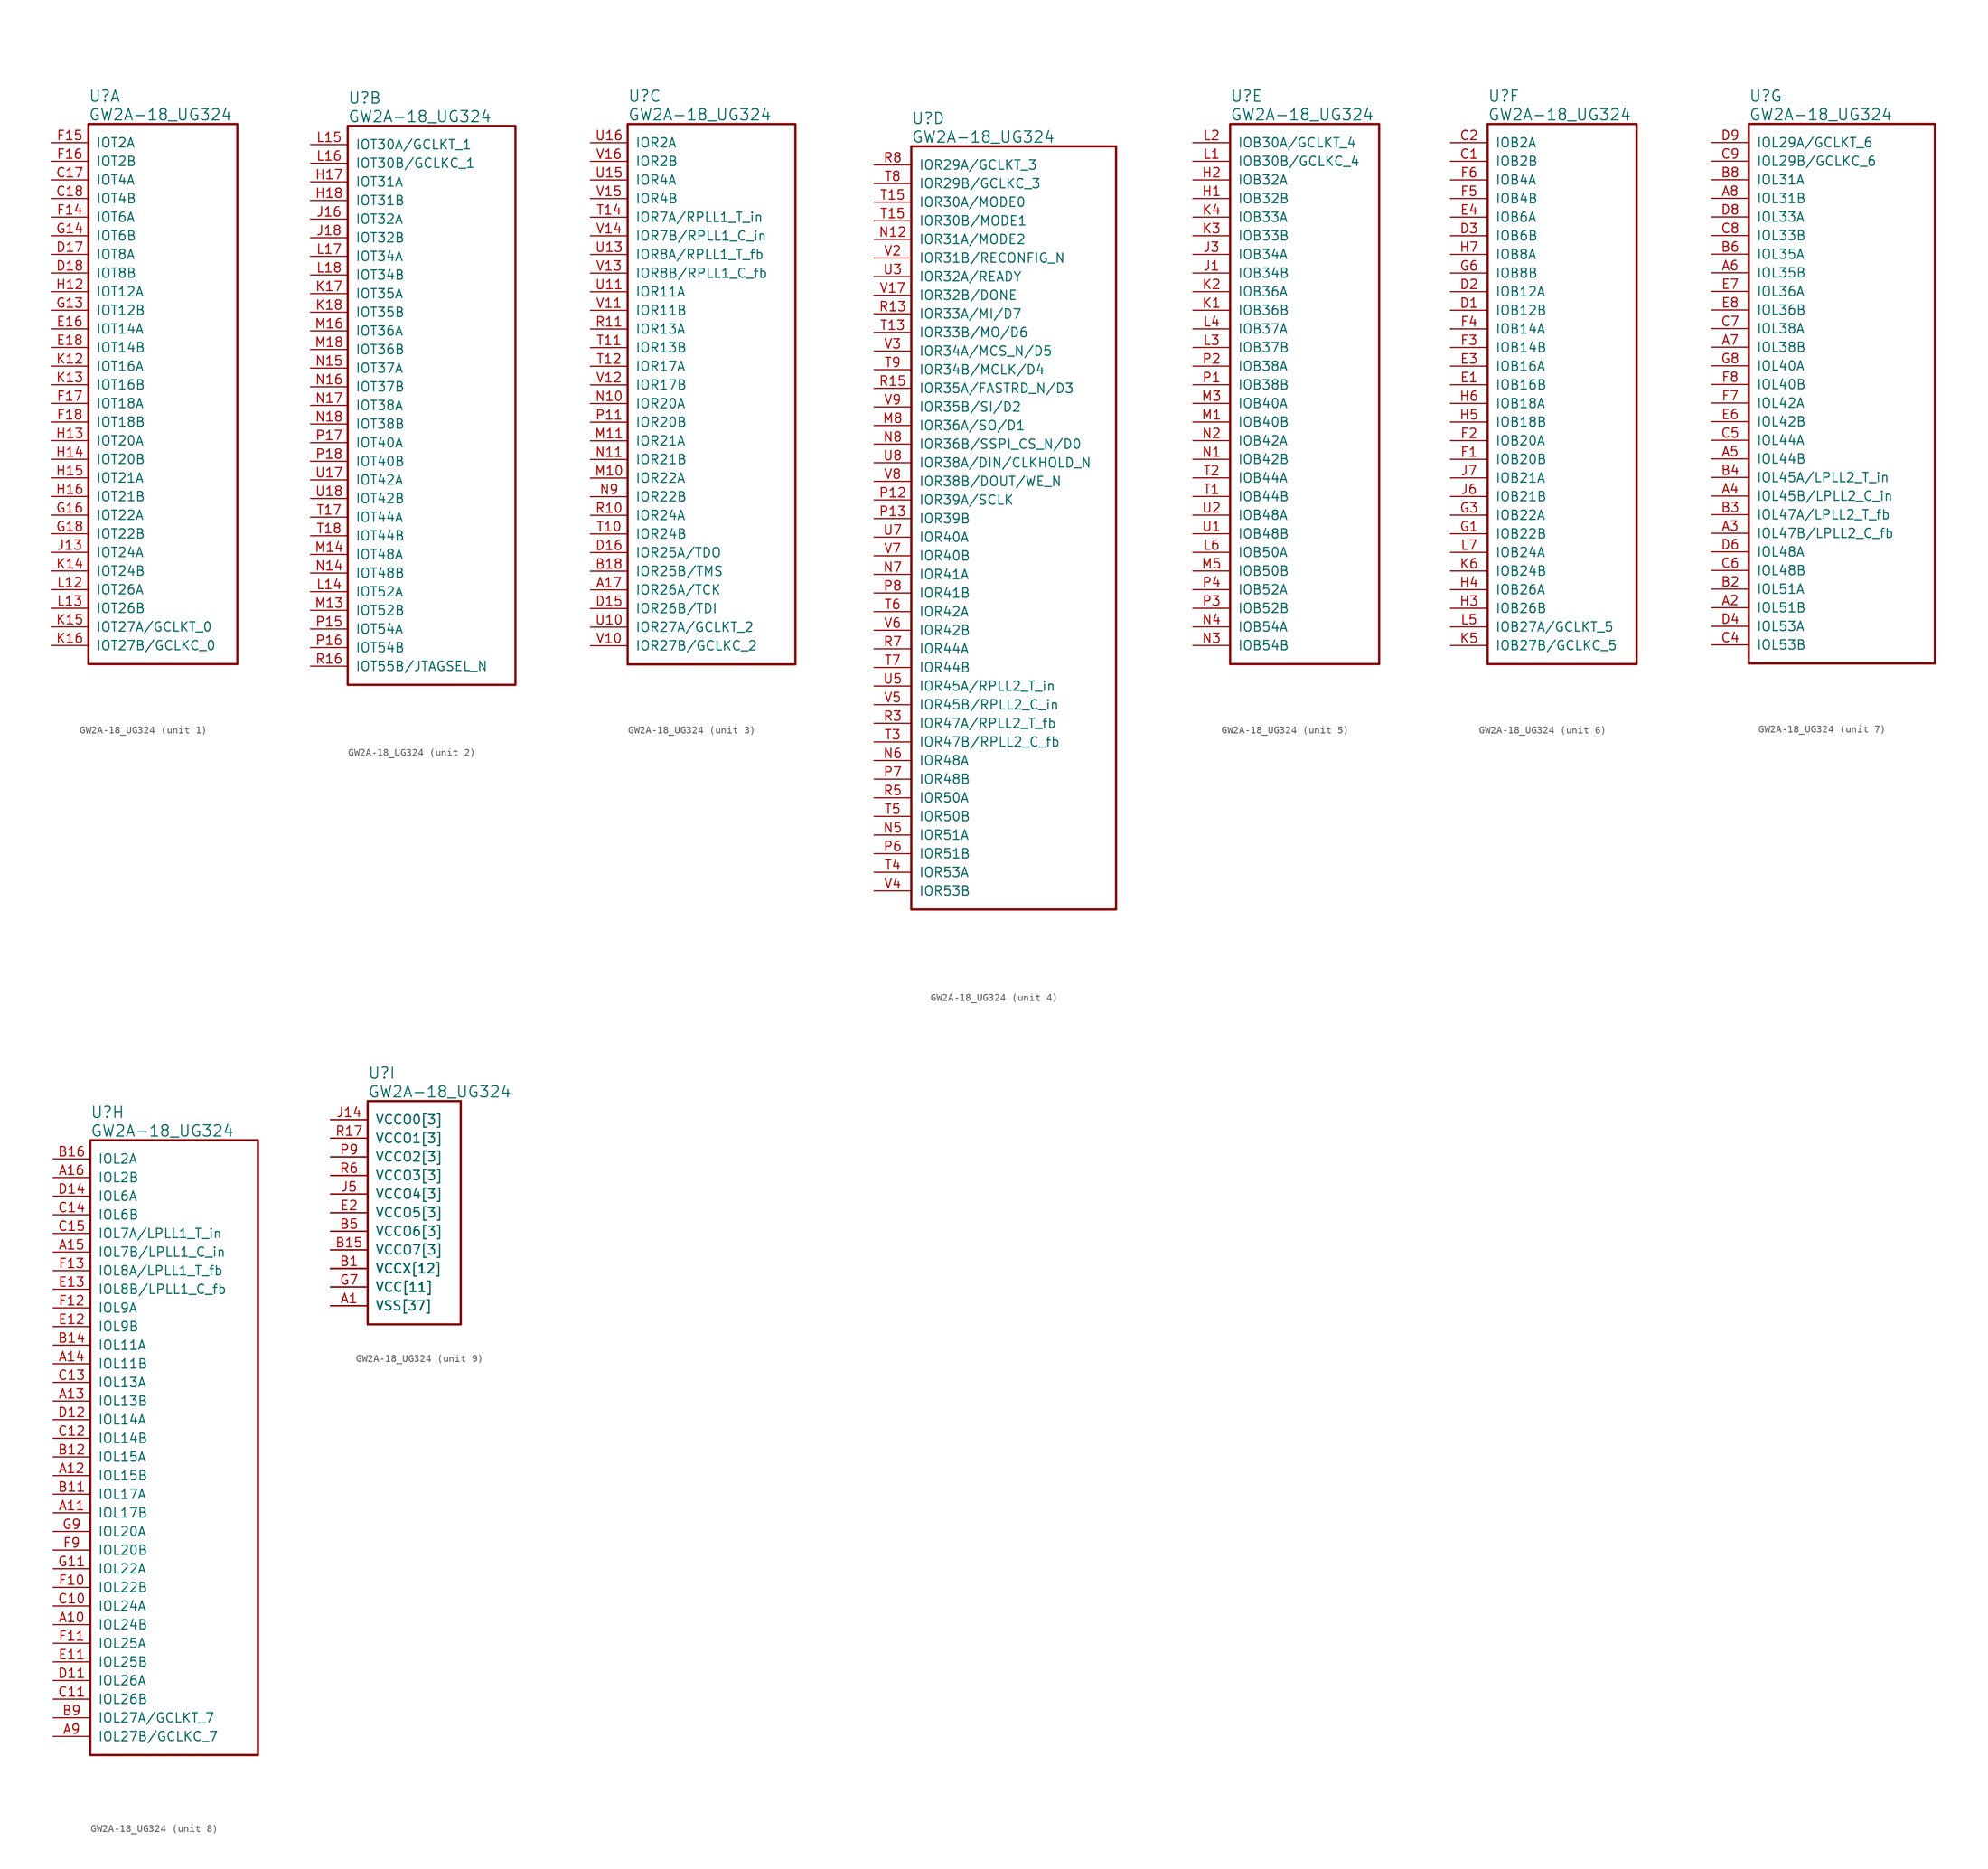
<source format=kicad_sym>
(kicad_symbol_lib
  (version 20220914)
  (generator kicad_symbol_editor)
  (symbol "GW2A-18_UG324"
    (pin_names
      (offset 1.016))
    (property "Reference" "U"
      (at 5.08 6.35 0)
      (effects (font (size 1.524 1.524)) (justify left)))
    (property "Value" "GW2A-18_UG324"
      (at 5.08 3.81 0)
      (effects (font (size 1.524 1.524)) (justify left)))
    (property "ki_locked" ""
      (at 0 0 0)
      (effects (font (size 1.27 1.27))))
    (symbol "GW2A-18_UG324_1_1"
      (rectangle (start 5.08 2.54) (end 25.4 -71.12) (stroke (width 0.305) (type solid)) (fill (type none)))
      (pin bidirectional line (at 0 -5.08 0) (length 5.08) (name "IOT4A" (effects (font (size 1.27 1.27)))) (number "C17" (effects (font (size 1.27 1.27)))))
      (pin bidirectional line (at 0 -7.62 0) (length 5.08) (name "IOT4B" (effects (font (size 1.27 1.27)))) (number "C18" (effects (font (size 1.27 1.27)))))
      (pin bidirectional line (at 0 -15.24 0) (length 5.08) (name "IOT8A" (effects (font (size 1.27 1.27)))) (number "D17" (effects (font (size 1.27 1.27)))))
      (pin bidirectional line (at 0 -17.78 0) (length 5.08) (name "IOT8B" (effects (font (size 1.27 1.27)))) (number "D18" (effects (font (size 1.27 1.27)))))
      (pin bidirectional line (at 0 -25.4 0) (length 5.08) (name "IOT14A" (effects (font (size 1.27 1.27)))) (number "E16" (effects (font (size 1.27 1.27)))))
      (pin bidirectional line (at 0 -27.94 0) (length 5.08) (name "IOT14B" (effects (font (size 1.27 1.27)))) (number "E18" (effects (font (size 1.27 1.27)))))
      (pin bidirectional line (at 0 -10.16 0) (length 5.08) (name "IOT6A" (effects (font (size 1.27 1.27)))) (number "F14" (effects (font (size 1.27 1.27)))))
      (pin bidirectional line (at 0 0 0) (length 5.08) (name "IOT2A" (effects (font (size 1.27 1.27)))) (number "F15" (effects (font (size 1.27 1.27)))))
      (pin bidirectional line (at 0 -2.54 0) (length 5.08) (name "IOT2B" (effects (font (size 1.27 1.27)))) (number "F16" (effects (font (size 1.27 1.27)))))
      (pin bidirectional line (at 0 -35.56 0) (length 5.08) (name "IOT18A" (effects (font (size 1.27 1.27)))) (number "F17" (effects (font (size 1.27 1.27)))))
      (pin bidirectional line (at 0 -38.1 0) (length 5.08) (name "IOT18B" (effects (font (size 1.27 1.27)))) (number "F18" (effects (font (size 1.27 1.27)))))
      (pin bidirectional line (at 0 -22.86 0) (length 5.08) (name "IOT12B" (effects (font (size 1.27 1.27)))) (number "G13" (effects (font (size 1.27 1.27)))))
      (pin bidirectional line (at 0 -12.7 0) (length 5.08) (name "IOT6B" (effects (font (size 1.27 1.27)))) (number "G14" (effects (font (size 1.27 1.27)))))
      (pin bidirectional line (at 0 -50.8 0) (length 5.08) (name "IOT22A" (effects (font (size 1.27 1.27)))) (number "G16" (effects (font (size 1.27 1.27)))))
      (pin bidirectional line (at 0 -53.34 0) (length 5.08) (name "IOT22B" (effects (font (size 1.27 1.27)))) (number "G18" (effects (font (size 1.27 1.27)))))
      (pin bidirectional line (at 0 -20.32 0) (length 5.08) (name "IOT12A" (effects (font (size 1.27 1.27)))) (number "H12" (effects (font (size 1.27 1.27)))))
      (pin bidirectional line (at 0 -40.64 0) (length 5.08) (name "IOT20A" (effects (font (size 1.27 1.27)))) (number "H13" (effects (font (size 1.27 1.27)))))
      (pin bidirectional line (at 0 -43.18 0) (length 5.08) (name "IOT20B" (effects (font (size 1.27 1.27)))) (number "H14" (effects (font (size 1.27 1.27)))))
      (pin bidirectional line (at 0 -45.72 0) (length 5.08) (name "IOT21A" (effects (font (size 1.27 1.27)))) (number "H15" (effects (font (size 1.27 1.27)))))
      (pin bidirectional line (at 0 -48.26 0) (length 5.08) (name "IOT21B" (effects (font (size 1.27 1.27)))) (number "H16" (effects (font (size 1.27 1.27)))))
      (pin bidirectional line (at 0 -55.88 0) (length 5.08) (name "IOT24A" (effects (font (size 1.27 1.27)))) (number "J13" (effects (font (size 1.27 1.27)))))
      (pin bidirectional line (at 0 -30.48 0) (length 5.08) (name "IOT16A" (effects (font (size 1.27 1.27)))) (number "K12" (effects (font (size 1.27 1.27)))))
      (pin bidirectional line (at 0 -33.02 0) (length 5.08) (name "IOT16B" (effects (font (size 1.27 1.27)))) (number "K13" (effects (font (size 1.27 1.27)))))
      (pin bidirectional line (at 0 -58.42 0) (length 5.08) (name "IOT24B" (effects (font (size 1.27 1.27)))) (number "K14" (effects (font (size 1.27 1.27)))))
      (pin bidirectional line (at 0 -66.04 0) (length 5.08) (name "IOT27A/GCLKT_0" (effects (font (size 1.27 1.27)))) (number "K15" (effects (font (size 1.27 1.27)))))
      (pin bidirectional line (at 0 -68.58 0) (length 5.08) (name "IOT27B/GCLKC_0" (effects (font (size 1.27 1.27)))) (number "K16" (effects (font (size 1.27 1.27)))))
      (pin bidirectional line (at 0 -60.96 0) (length 5.08) (name "IOT26A" (effects (font (size 1.27 1.27)))) (number "L12" (effects (font (size 1.27 1.27)))))
      (pin bidirectional line (at 0 -63.5 0) (length 5.08) (name "IOT26B" (effects (font (size 1.27 1.27)))) (number "L13" (effects (font (size 1.27 1.27))))))
    (symbol "GW2A-18_UG324_2_1"
      (rectangle (start 5.08 2.54) (end 27.94 -73.66) (stroke (width 0.305) (type solid)) (fill (type none)))
      (pin bidirectional line (at 0 -5.08 0) (length 5.08) (name "IOT31A" (effects (font (size 1.27 1.27)))) (number "H17" (effects (font (size 1.27 1.27)))))
      (pin bidirectional line (at 0 -7.62 0) (length 5.08) (name "IOT31B" (effects (font (size 1.27 1.27)))) (number "H18" (effects (font (size 1.27 1.27)))))
      (pin bidirectional line (at 0 -10.16 0) (length 5.08) (name "IOT32A" (effects (font (size 1.27 1.27)))) (number "J16" (effects (font (size 1.27 1.27)))))
      (pin bidirectional line (at 0 -12.7 0) (length 5.08) (name "IOT32B" (effects (font (size 1.27 1.27)))) (number "J18" (effects (font (size 1.27 1.27)))))
      (pin bidirectional line (at 0 -20.32 0) (length 5.08) (name "IOT35A" (effects (font (size 1.27 1.27)))) (number "K17" (effects (font (size 1.27 1.27)))))
      (pin bidirectional line (at 0 -22.86 0) (length 5.08) (name "IOT35B" (effects (font (size 1.27 1.27)))) (number "K18" (effects (font (size 1.27 1.27)))))
      (pin bidirectional line (at 0 -60.96 0) (length 5.08) (name "IOT52A" (effects (font (size 1.27 1.27)))) (number "L14" (effects (font (size 1.27 1.27)))))
      (pin bidirectional line (at 0 0 0) (length 5.08) (name "IOT30A/GCLKT_1" (effects (font (size 1.27 1.27)))) (number "L15" (effects (font (size 1.27 1.27)))))
      (pin bidirectional line (at 0 -2.54 0) (length 5.08) (name "IOT30B/GCLKC_1" (effects (font (size 1.27 1.27)))) (number "L16" (effects (font (size 1.27 1.27)))))
      (pin bidirectional line (at 0 -15.24 0) (length 5.08) (name "IOT34A" (effects (font (size 1.27 1.27)))) (number "L17" (effects (font (size 1.27 1.27)))))
      (pin bidirectional line (at 0 -17.78 0) (length 5.08) (name "IOT34B" (effects (font (size 1.27 1.27)))) (number "L18" (effects (font (size 1.27 1.27)))))
      (pin bidirectional line (at 0 -63.5 0) (length 5.08) (name "IOT52B" (effects (font (size 1.27 1.27)))) (number "M13" (effects (font (size 1.27 1.27)))))
      (pin bidirectional line (at 0 -55.88 0) (length 5.08) (name "IOT48A" (effects (font (size 1.27 1.27)))) (number "M14" (effects (font (size 1.27 1.27)))))
      (pin bidirectional line (at 0 -25.4 0) (length 5.08) (name "IOT36A" (effects (font (size 1.27 1.27)))) (number "M16" (effects (font (size 1.27 1.27)))))
      (pin bidirectional line (at 0 -27.94 0) (length 5.08) (name "IOT36B" (effects (font (size 1.27 1.27)))) (number "M18" (effects (font (size 1.27 1.27)))))
      (pin bidirectional line (at 0 -58.42 0) (length 5.08) (name "IOT48B" (effects (font (size 1.27 1.27)))) (number "N14" (effects (font (size 1.27 1.27)))))
      (pin bidirectional line (at 0 -30.48 0) (length 5.08) (name "IOT37A" (effects (font (size 1.27 1.27)))) (number "N15" (effects (font (size 1.27 1.27)))))
      (pin bidirectional line (at 0 -33.02 0) (length 5.08) (name "IOT37B" (effects (font (size 1.27 1.27)))) (number "N16" (effects (font (size 1.27 1.27)))))
      (pin bidirectional line (at 0 -35.56 0) (length 5.08) (name "IOT38A" (effects (font (size 1.27 1.27)))) (number "N17" (effects (font (size 1.27 1.27)))))
      (pin bidirectional line (at 0 -38.1 0) (length 5.08) (name "IOT38B" (effects (font (size 1.27 1.27)))) (number "N18" (effects (font (size 1.27 1.27)))))
      (pin bidirectional line (at 0 -66.04 0) (length 5.08) (name "IOT54A" (effects (font (size 1.27 1.27)))) (number "P15" (effects (font (size 1.27 1.27)))))
      (pin bidirectional line (at 0 -68.58 0) (length 5.08) (name "IOT54B" (effects (font (size 1.27 1.27)))) (number "P16" (effects (font (size 1.27 1.27)))))
      (pin bidirectional line (at 0 -40.64 0) (length 5.08) (name "IOT40A" (effects (font (size 1.27 1.27)))) (number "P17" (effects (font (size 1.27 1.27)))))
      (pin bidirectional line (at 0 -43.18 0) (length 5.08) (name "IOT40B" (effects (font (size 1.27 1.27)))) (number "P18" (effects (font (size 1.27 1.27)))))
      (pin bidirectional line (at 0 -71.12 0) (length 5.08) (name "IOT55B/JTAGSEL_N" (effects (font (size 1.27 1.27)))) (number "R16" (effects (font (size 1.27 1.27)))))
      (pin bidirectional line (at 0 -50.8 0) (length 5.08) (name "IOT44A" (effects (font (size 1.27 1.27)))) (number "T17" (effects (font (size 1.27 1.27)))))
      (pin bidirectional line (at 0 -53.34 0) (length 5.08) (name "IOT44B" (effects (font (size 1.27 1.27)))) (number "T18" (effects (font (size 1.27 1.27)))))
      (pin bidirectional line (at 0 -45.72 0) (length 5.08) (name "IOT42A" (effects (font (size 1.27 1.27)))) (number "U17" (effects (font (size 1.27 1.27)))))
      (pin bidirectional line (at 0 -48.26 0) (length 5.08) (name "IOT42B" (effects (font (size 1.27 1.27)))) (number "U18" (effects (font (size 1.27 1.27))))))
    (symbol "GW2A-18_UG324_3_1"
      (rectangle (start 5.08 2.54) (end 27.94 -71.12) (stroke (width 0.305) (type solid)) (fill (type none)))
      (pin bidirectional line (at 0 -60.96 0) (length 5.08) (name "IOR26A/TCK" (effects (font (size 1.27 1.27)))) (number "A17" (effects (font (size 1.27 1.27)))))
      (pin bidirectional line (at 0 -58.42 0) (length 5.08) (name "IOR25B/TMS" (effects (font (size 1.27 1.27)))) (number "B18" (effects (font (size 1.27 1.27)))))
      (pin bidirectional line (at 0 -63.5 0) (length 5.08) (name "IOR26B/TDI" (effects (font (size 1.27 1.27)))) (number "D15" (effects (font (size 1.27 1.27)))))
      (pin bidirectional line (at 0 -55.88 0) (length 5.08) (name "IOR25A/TDO" (effects (font (size 1.27 1.27)))) (number "D16" (effects (font (size 1.27 1.27)))))
      (pin bidirectional line (at 0 -45.72 0) (length 5.08) (name "IOR22A" (effects (font (size 1.27 1.27)))) (number "M10" (effects (font (size 1.27 1.27)))))
      (pin bidirectional line (at 0 -40.64 0) (length 5.08) (name "IOR21A" (effects (font (size 1.27 1.27)))) (number "M11" (effects (font (size 1.27 1.27)))))
      (pin bidirectional line (at 0 -35.56 0) (length 5.08) (name "IOR20A" (effects (font (size 1.27 1.27)))) (number "N10" (effects (font (size 1.27 1.27)))))
      (pin bidirectional line (at 0 -43.18 0) (length 5.08) (name "IOR21B" (effects (font (size 1.27 1.27)))) (number "N11" (effects (font (size 1.27 1.27)))))
      (pin bidirectional line (at 0 -48.26 0) (length 5.08) (name "IOR22B" (effects (font (size 1.27 1.27)))) (number "N9" (effects (font (size 1.27 1.27)))))
      (pin bidirectional line (at 0 -38.1 0) (length 5.08) (name "IOR20B" (effects (font (size 1.27 1.27)))) (number "P11" (effects (font (size 1.27 1.27)))))
      (pin bidirectional line (at 0 -50.8 0) (length 5.08) (name "IOR24A" (effects (font (size 1.27 1.27)))) (number "R10" (effects (font (size 1.27 1.27)))))
      (pin bidirectional line (at 0 -25.4 0) (length 5.08) (name "IOR13A" (effects (font (size 1.27 1.27)))) (number "R11" (effects (font (size 1.27 1.27)))))
      (pin bidirectional line (at 0 -53.34 0) (length 5.08) (name "IOR24B" (effects (font (size 1.27 1.27)))) (number "T10" (effects (font (size 1.27 1.27)))))
      (pin bidirectional line (at 0 -27.94 0) (length 5.08) (name "IOR13B" (effects (font (size 1.27 1.27)))) (number "T11" (effects (font (size 1.27 1.27)))))
      (pin bidirectional line (at 0 -30.48 0) (length 5.08) (name "IOR17A" (effects (font (size 1.27 1.27)))) (number "T12" (effects (font (size 1.27 1.27)))))
      (pin bidirectional line (at 0 -10.16 0) (length 5.08) (name "IOR7A/RPLL1_T_in" (effects (font (size 1.27 1.27)))) (number "T14" (effects (font (size 1.27 1.27)))))
      (pin bidirectional line (at 0 -66.04 0) (length 5.08) (name "IOR27A/GCLKT_2" (effects (font (size 1.27 1.27)))) (number "U10" (effects (font (size 1.27 1.27)))))
      (pin bidirectional line (at 0 -20.32 0) (length 5.08) (name "IOR11A" (effects (font (size 1.27 1.27)))) (number "U11" (effects (font (size 1.27 1.27)))))
      (pin bidirectional line (at 0 -15.24 0) (length 5.08) (name "IOR8A/RPLL1_T_fb" (effects (font (size 1.27 1.27)))) (number "U13" (effects (font (size 1.27 1.27)))))
      (pin bidirectional line (at 0 -5.08 0) (length 5.08) (name "IOR4A" (effects (font (size 1.27 1.27)))) (number "U15" (effects (font (size 1.27 1.27)))))
      (pin bidirectional line (at 0 0 0) (length 5.08) (name "IOR2A" (effects (font (size 1.27 1.27)))) (number "U16" (effects (font (size 1.27 1.27)))))
      (pin bidirectional line (at 0 -68.58 0) (length 5.08) (name "IOR27B/GCLKC_2" (effects (font (size 1.27 1.27)))) (number "V10" (effects (font (size 1.27 1.27)))))
      (pin bidirectional line (at 0 -22.86 0) (length 5.08) (name "IOR11B" (effects (font (size 1.27 1.27)))) (number "V11" (effects (font (size 1.27 1.27)))))
      (pin bidirectional line (at 0 -33.02 0) (length 5.08) (name "IOR17B" (effects (font (size 1.27 1.27)))) (number "V12" (effects (font (size 1.27 1.27)))))
      (pin bidirectional line (at 0 -17.78 0) (length 5.08) (name "IOR8B/RPLL1_C_fb" (effects (font (size 1.27 1.27)))) (number "V13" (effects (font (size 1.27 1.27)))))
      (pin bidirectional line (at 0 -12.7 0) (length 5.08) (name "IOR7B/RPLL1_C_in" (effects (font (size 1.27 1.27)))) (number "V14" (effects (font (size 1.27 1.27)))))
      (pin bidirectional line (at 0 -7.62 0) (length 5.08) (name "IOR4B" (effects (font (size 1.27 1.27)))) (number "V15" (effects (font (size 1.27 1.27)))))
      (pin bidirectional line (at 0 -2.54 0) (length 5.08) (name "IOR2B" (effects (font (size 1.27 1.27)))) (number "V16" (effects (font (size 1.27 1.27))))))
    (symbol "GW2A-18_UG324_4_1"
      (rectangle (start 5.08 2.54) (end 33.02 -101.6) (stroke (width 0.305) (type solid)) (fill (type none)))
      (pin bidirectional line (at 0 -35.56 0) (length 5.08) (name "IOR36A/SO/D1" (effects (font (size 1.27 1.27)))) (number "M8" (effects (font (size 1.27 1.27)))))
      (pin bidirectional line (at 0 -10.16 0) (length 5.08) (name "IOR31A/MODE2" (effects (font (size 1.27 1.27)))) (number "N12" (effects (font (size 1.27 1.27)))))
      (pin bidirectional line (at 0 -91.44 0) (length 5.08) (name "IOR51A" (effects (font (size 1.27 1.27)))) (number "N5" (effects (font (size 1.27 1.27)))))
      (pin bidirectional line (at 0 -81.28 0) (length 5.08) (name "IOR48A" (effects (font (size 1.27 1.27)))) (number "N6" (effects (font (size 1.27 1.27)))))
      (pin bidirectional line (at 0 -55.88 0) (length 5.08) (name "IOR41A" (effects (font (size 1.27 1.27)))) (number "N7" (effects (font (size 1.27 1.27)))))
      (pin bidirectional line (at 0 -38.1 0) (length 5.08) (name "IOR36B/SSPI_CS_N/D0" (effects (font (size 1.27 1.27)))) (number "N8" (effects (font (size 1.27 1.27)))))
      (pin bidirectional line (at 0 -45.72 0) (length 5.08) (name "IOR39A/SCLK" (effects (font (size 1.27 1.27)))) (number "P12" (effects (font (size 1.27 1.27)))))
      (pin bidirectional line (at 0 -48.26 0) (length 5.08) (name "IOR39B" (effects (font (size 1.27 1.27)))) (number "P13" (effects (font (size 1.27 1.27)))))
      (pin bidirectional line (at 0 -93.98 0) (length 5.08) (name "IOR51B" (effects (font (size 1.27 1.27)))) (number "P6" (effects (font (size 1.27 1.27)))))
      (pin bidirectional line (at 0 -83.82 0) (length 5.08) (name "IOR48B" (effects (font (size 1.27 1.27)))) (number "P7" (effects (font (size 1.27 1.27)))))
      (pin bidirectional line (at 0 -58.42 0) (length 5.08) (name "IOR41B" (effects (font (size 1.27 1.27)))) (number "P8" (effects (font (size 1.27 1.27)))))
      (pin bidirectional line (at 0 -20.32 0) (length 5.08) (name "IOR33A/MI/D7" (effects (font (size 1.27 1.27)))) (number "R13" (effects (font (size 1.27 1.27)))))
      (pin bidirectional line (at 0 -30.48 0) (length 5.08) (name "IOR35A/FASTRD_N/D3" (effects (font (size 1.27 1.27)))) (number "R15" (effects (font (size 1.27 1.27)))))
      (pin bidirectional line (at 0 -76.2 0) (length 5.08) (name "IOR47A/RPLL2_T_fb" (effects (font (size 1.27 1.27)))) (number "R3" (effects (font (size 1.27 1.27)))))
      (pin bidirectional line (at 0 -86.36 0) (length 5.08) (name "IOR50A" (effects (font (size 1.27 1.27)))) (number "R5" (effects (font (size 1.27 1.27)))))
      (pin bidirectional line (at 0 -66.04 0) (length 5.08) (name "IOR44A" (effects (font (size 1.27 1.27)))) (number "R7" (effects (font (size 1.27 1.27)))))
      (pin bidirectional line (at 0 0 0) (length 5.08) (name "IOR29A/GCLKT_3" (effects (font (size 1.27 1.27)))) (number "R8" (effects (font (size 1.27 1.27)))))
      (pin bidirectional line (at 0 -22.86 0) (length 5.08) (name "IOR33B/MO/D6" (effects (font (size 1.27 1.27)))) (number "T13" (effects (font (size 1.27 1.27)))))
      (pin bidirectional line (at 0 -5.08 0) (length 5.08) (name "IOR30A/MODE0" (effects (font (size 1.27 1.27)))) (number "T15" (effects (font (size 1.27 1.27)))))
      (pin bidirectional line (at 0 -7.62 0) (length 5.08) (name "IOR30B/MODE1" (effects (font (size 1.27 1.27)))) (number "T15" (effects (font (size 1.27 1.27)))))
      (pin bidirectional line (at 0 -78.74 0) (length 5.08) (name "IOR47B/RPLL2_C_fb" (effects (font (size 1.27 1.27)))) (number "T3" (effects (font (size 1.27 1.27)))))
      (pin bidirectional line (at 0 -96.52 0) (length 5.08) (name "IOR53A" (effects (font (size 1.27 1.27)))) (number "T4" (effects (font (size 1.27 1.27)))))
      (pin bidirectional line (at 0 -88.9 0) (length 5.08) (name "IOR50B" (effects (font (size 1.27 1.27)))) (number "T5" (effects (font (size 1.27 1.27)))))
      (pin bidirectional line (at 0 -60.96 0) (length 5.08) (name "IOR42A" (effects (font (size 1.27 1.27)))) (number "T6" (effects (font (size 1.27 1.27)))))
      (pin bidirectional line (at 0 -68.58 0) (length 5.08) (name "IOR44B" (effects (font (size 1.27 1.27)))) (number "T7" (effects (font (size 1.27 1.27)))))
      (pin bidirectional line (at 0 -2.54 0) (length 5.08) (name "IOR29B/GCLKC_3" (effects (font (size 1.27 1.27)))) (number "T8" (effects (font (size 1.27 1.27)))))
      (pin bidirectional line (at 0 -27.94 0) (length 5.08) (name "IOR34B/MCLK/D4" (effects (font (size 1.27 1.27)))) (number "T9" (effects (font (size 1.27 1.27)))))
      (pin bidirectional line (at 0 -15.24 0) (length 5.08) (name "IOR32A/READY" (effects (font (size 1.27 1.27)))) (number "U3" (effects (font (size 1.27 1.27)))))
      (pin bidirectional line (at 0 -71.12 0) (length 5.08) (name "IOR45A/RPLL2_T_in" (effects (font (size 1.27 1.27)))) (number "U5" (effects (font (size 1.27 1.27)))))
      (pin bidirectional line (at 0 -50.8 0) (length 5.08) (name "IOR40A" (effects (font (size 1.27 1.27)))) (number "U7" (effects (font (size 1.27 1.27)))))
      (pin bidirectional line (at 0 -40.64 0) (length 5.08) (name "IOR38A/DIN/CLKHOLD_N" (effects (font (size 1.27 1.27)))) (number "U8" (effects (font (size 1.27 1.27)))))
      (pin bidirectional line (at 0 -17.78 0) (length 5.08) (name "IOR32B/DONE" (effects (font (size 1.27 1.27)))) (number "V17" (effects (font (size 1.27 1.27)))))
      (pin bidirectional line (at 0 -12.7 0) (length 5.08) (name "IOR31B/RECONFIG_N" (effects (font (size 1.27 1.27)))) (number "V2" (effects (font (size 1.27 1.27)))))
      (pin bidirectional line (at 0 -25.4 0) (length 5.08) (name "IOR34A/MCS_N/D5" (effects (font (size 1.27 1.27)))) (number "V3" (effects (font (size 1.27 1.27)))))
      (pin bidirectional line (at 0 -99.06 0) (length 5.08) (name "IOR53B" (effects (font (size 1.27 1.27)))) (number "V4" (effects (font (size 1.27 1.27)))))
      (pin bidirectional line (at 0 -73.66 0) (length 5.08) (name "IOR45B/RPLL2_C_in" (effects (font (size 1.27 1.27)))) (number "V5" (effects (font (size 1.27 1.27)))))
      (pin bidirectional line (at 0 -63.5 0) (length 5.08) (name "IOR42B" (effects (font (size 1.27 1.27)))) (number "V6" (effects (font (size 1.27 1.27)))))
      (pin bidirectional line (at 0 -53.34 0) (length 5.08) (name "IOR40B" (effects (font (size 1.27 1.27)))) (number "V7" (effects (font (size 1.27 1.27)))))
      (pin bidirectional line (at 0 -43.18 0) (length 5.08) (name "IOR38B/DOUT/WE_N" (effects (font (size 1.27 1.27)))) (number "V8" (effects (font (size 1.27 1.27)))))
      (pin bidirectional line (at 0 -33.02 0) (length 5.08) (name "IOR35B/SI/D2" (effects (font (size 1.27 1.27)))) (number "V9" (effects (font (size 1.27 1.27))))))
    (symbol "GW2A-18_UG324_5_1"
      (rectangle (start 5.08 2.54) (end 25.4 -71.12) (stroke (width 0.305) (type solid)) (fill (type none)))
      (pin bidirectional line (at 0 -7.62 0) (length 5.08) (name "IOB32B" (effects (font (size 1.27 1.27)))) (number "H1" (effects (font (size 1.27 1.27)))))
      (pin bidirectional line (at 0 -5.08 0) (length 5.08) (name "IOB32A" (effects (font (size 1.27 1.27)))) (number "H2" (effects (font (size 1.27 1.27)))))
      (pin bidirectional line (at 0 -17.78 0) (length 5.08) (name "IOB34B" (effects (font (size 1.27 1.27)))) (number "J1" (effects (font (size 1.27 1.27)))))
      (pin bidirectional line (at 0 -15.24 0) (length 5.08) (name "IOB34A" (effects (font (size 1.27 1.27)))) (number "J3" (effects (font (size 1.27 1.27)))))
      (pin bidirectional line (at 0 -22.86 0) (length 5.08) (name "IOB36B" (effects (font (size 1.27 1.27)))) (number "K1" (effects (font (size 1.27 1.27)))))
      (pin bidirectional line (at 0 -20.32 0) (length 5.08) (name "IOB36A" (effects (font (size 1.27 1.27)))) (number "K2" (effects (font (size 1.27 1.27)))))
      (pin bidirectional line (at 0 -12.7 0) (length 5.08) (name "IOB33B" (effects (font (size 1.27 1.27)))) (number "K3" (effects (font (size 1.27 1.27)))))
      (pin bidirectional line (at 0 -10.16 0) (length 5.08) (name "IOB33A" (effects (font (size 1.27 1.27)))) (number "K4" (effects (font (size 1.27 1.27)))))
      (pin bidirectional line (at 0 -2.54 0) (length 5.08) (name "IOB30B/GCLKC_4" (effects (font (size 1.27 1.27)))) (number "L1" (effects (font (size 1.27 1.27)))))
      (pin bidirectional line (at 0 0 0) (length 5.08) (name "IOB30A/GCLKT_4" (effects (font (size 1.27 1.27)))) (number "L2" (effects (font (size 1.27 1.27)))))
      (pin bidirectional line (at 0 -27.94 0) (length 5.08) (name "IOB37B" (effects (font (size 1.27 1.27)))) (number "L3" (effects (font (size 1.27 1.27)))))
      (pin bidirectional line (at 0 -25.4 0) (length 5.08) (name "IOB37A" (effects (font (size 1.27 1.27)))) (number "L4" (effects (font (size 1.27 1.27)))))
      (pin bidirectional line (at 0 -55.88 0) (length 5.08) (name "IOB50A" (effects (font (size 1.27 1.27)))) (number "L6" (effects (font (size 1.27 1.27)))))
      (pin bidirectional line (at 0 -38.1 0) (length 5.08) (name "IOB40B" (effects (font (size 1.27 1.27)))) (number "M1" (effects (font (size 1.27 1.27)))))
      (pin bidirectional line (at 0 -35.56 0) (length 5.08) (name "IOB40A" (effects (font (size 1.27 1.27)))) (number "M3" (effects (font (size 1.27 1.27)))))
      (pin bidirectional line (at 0 -58.42 0) (length 5.08) (name "IOB50B" (effects (font (size 1.27 1.27)))) (number "M5" (effects (font (size 1.27 1.27)))))
      (pin bidirectional line (at 0 -43.18 0) (length 5.08) (name "IOB42B" (effects (font (size 1.27 1.27)))) (number "N1" (effects (font (size 1.27 1.27)))))
      (pin bidirectional line (at 0 -40.64 0) (length 5.08) (name "IOB42A" (effects (font (size 1.27 1.27)))) (number "N2" (effects (font (size 1.27 1.27)))))
      (pin bidirectional line (at 0 -68.58 0) (length 5.08) (name "IOB54B" (effects (font (size 1.27 1.27)))) (number "N3" (effects (font (size 1.27 1.27)))))
      (pin bidirectional line (at 0 -66.04 0) (length 5.08) (name "IOB54A" (effects (font (size 1.27 1.27)))) (number "N4" (effects (font (size 1.27 1.27)))))
      (pin bidirectional line (at 0 -33.02 0) (length 5.08) (name "IOB38B" (effects (font (size 1.27 1.27)))) (number "P1" (effects (font (size 1.27 1.27)))))
      (pin bidirectional line (at 0 -30.48 0) (length 5.08) (name "IOB38A" (effects (font (size 1.27 1.27)))) (number "P2" (effects (font (size 1.27 1.27)))))
      (pin bidirectional line (at 0 -63.5 0) (length 5.08) (name "IOB52B" (effects (font (size 1.27 1.27)))) (number "P3" (effects (font (size 1.27 1.27)))))
      (pin bidirectional line (at 0 -60.96 0) (length 5.08) (name "IOB52A" (effects (font (size 1.27 1.27)))) (number "P4" (effects (font (size 1.27 1.27)))))
      (pin bidirectional line (at 0 -48.26 0) (length 5.08) (name "IOB44B" (effects (font (size 1.27 1.27)))) (number "T1" (effects (font (size 1.27 1.27)))))
      (pin bidirectional line (at 0 -45.72 0) (length 5.08) (name "IOB44A" (effects (font (size 1.27 1.27)))) (number "T2" (effects (font (size 1.27 1.27)))))
      (pin bidirectional line (at 0 -53.34 0) (length 5.08) (name "IOB48B" (effects (font (size 1.27 1.27)))) (number "U1" (effects (font (size 1.27 1.27)))))
      (pin bidirectional line (at 0 -50.8 0) (length 5.08) (name "IOB48A" (effects (font (size 1.27 1.27)))) (number "U2" (effects (font (size 1.27 1.27))))))
    (symbol "GW2A-18_UG324_6_1"
      (rectangle (start 5.08 2.54) (end 25.4 -71.12) (stroke (width 0.305) (type solid)) (fill (type none)))
      (pin bidirectional line (at 0 -2.54 0) (length 5.08) (name "IOB2B" (effects (font (size 1.27 1.27)))) (number "C1" (effects (font (size 1.27 1.27)))))
      (pin bidirectional line (at 0 0 0) (length 5.08) (name "IOB2A" (effects (font (size 1.27 1.27)))) (number "C2" (effects (font (size 1.27 1.27)))))
      (pin bidirectional line (at 0 -22.86 0) (length 5.08) (name "IOB12B" (effects (font (size 1.27 1.27)))) (number "D1" (effects (font (size 1.27 1.27)))))
      (pin bidirectional line (at 0 -20.32 0) (length 5.08) (name "IOB12A" (effects (font (size 1.27 1.27)))) (number "D2" (effects (font (size 1.27 1.27)))))
      (pin bidirectional line (at 0 -12.7 0) (length 5.08) (name "IOB6B" (effects (font (size 1.27 1.27)))) (number "D3" (effects (font (size 1.27 1.27)))))
      (pin bidirectional line (at 0 -33.02 0) (length 5.08) (name "IOB16B" (effects (font (size 1.27 1.27)))) (number "E1" (effects (font (size 1.27 1.27)))))
      (pin bidirectional line (at 0 -30.48 0) (length 5.08) (name "IOB16A" (effects (font (size 1.27 1.27)))) (number "E3" (effects (font (size 1.27 1.27)))))
      (pin bidirectional line (at 0 -10.16 0) (length 5.08) (name "IOB6A" (effects (font (size 1.27 1.27)))) (number "E4" (effects (font (size 1.27 1.27)))))
      (pin bidirectional line (at 0 -43.18 0) (length 5.08) (name "IOB20B" (effects (font (size 1.27 1.27)))) (number "F1" (effects (font (size 1.27 1.27)))))
      (pin bidirectional line (at 0 -40.64 0) (length 5.08) (name "IOB20A" (effects (font (size 1.27 1.27)))) (number "F2" (effects (font (size 1.27 1.27)))))
      (pin bidirectional line (at 0 -27.94 0) (length 5.08) (name "IOB14B" (effects (font (size 1.27 1.27)))) (number "F3" (effects (font (size 1.27 1.27)))))
      (pin bidirectional line (at 0 -25.4 0) (length 5.08) (name "IOB14A" (effects (font (size 1.27 1.27)))) (number "F4" (effects (font (size 1.27 1.27)))))
      (pin bidirectional line (at 0 -7.62 0) (length 5.08) (name "IOB4B" (effects (font (size 1.27 1.27)))) (number "F5" (effects (font (size 1.27 1.27)))))
      (pin bidirectional line (at 0 -5.08 0) (length 5.08) (name "IOB4A" (effects (font (size 1.27 1.27)))) (number "F6" (effects (font (size 1.27 1.27)))))
      (pin bidirectional line (at 0 -53.34 0) (length 5.08) (name "IOB22B" (effects (font (size 1.27 1.27)))) (number "G1" (effects (font (size 1.27 1.27)))))
      (pin bidirectional line (at 0 -50.8 0) (length 5.08) (name "IOB22A" (effects (font (size 1.27 1.27)))) (number "G3" (effects (font (size 1.27 1.27)))))
      (pin bidirectional line (at 0 -17.78 0) (length 5.08) (name "IOB8B" (effects (font (size 1.27 1.27)))) (number "G6" (effects (font (size 1.27 1.27)))))
      (pin bidirectional line (at 0 -63.5 0) (length 5.08) (name "IOB26B" (effects (font (size 1.27 1.27)))) (number "H3" (effects (font (size 1.27 1.27)))))
      (pin bidirectional line (at 0 -60.96 0) (length 5.08) (name "IOB26A" (effects (font (size 1.27 1.27)))) (number "H4" (effects (font (size 1.27 1.27)))))
      (pin bidirectional line (at 0 -38.1 0) (length 5.08) (name "IOB18B" (effects (font (size 1.27 1.27)))) (number "H5" (effects (font (size 1.27 1.27)))))
      (pin bidirectional line (at 0 -35.56 0) (length 5.08) (name "IOB18A" (effects (font (size 1.27 1.27)))) (number "H6" (effects (font (size 1.27 1.27)))))
      (pin bidirectional line (at 0 -15.24 0) (length 5.08) (name "IOB8A" (effects (font (size 1.27 1.27)))) (number "H7" (effects (font (size 1.27 1.27)))))
      (pin bidirectional line (at 0 -48.26 0) (length 5.08) (name "IOB21B" (effects (font (size 1.27 1.27)))) (number "J6" (effects (font (size 1.27 1.27)))))
      (pin bidirectional line (at 0 -45.72 0) (length 5.08) (name "IOB21A" (effects (font (size 1.27 1.27)))) (number "J7" (effects (font (size 1.27 1.27)))))
      (pin bidirectional line (at 0 -68.58 0) (length 5.08) (name "IOB27B/GCLKC_5" (effects (font (size 1.27 1.27)))) (number "K5" (effects (font (size 1.27 1.27)))))
      (pin bidirectional line (at 0 -58.42 0) (length 5.08) (name "IOB24B" (effects (font (size 1.27 1.27)))) (number "K6" (effects (font (size 1.27 1.27)))))
      (pin bidirectional line (at 0 -66.04 0) (length 5.08) (name "IOB27A/GCLKT_5" (effects (font (size 1.27 1.27)))) (number "L5" (effects (font (size 1.27 1.27)))))
      (pin bidirectional line (at 0 -55.88 0) (length 5.08) (name "IOB24A" (effects (font (size 1.27 1.27)))) (number "L7" (effects (font (size 1.27 1.27))))))
    (symbol "GW2A-18_UG324_7_1"
      (rectangle (start 5.08 2.54) (end 30.48 -71.12) (stroke (width 0.305) (type solid)) (fill (type none)))
      (pin bidirectional line (at 0 -63.5 0) (length 5.08) (name "IOL51B" (effects (font (size 1.27 1.27)))) (number "A2" (effects (font (size 1.27 1.27)))))
      (pin bidirectional line (at 0 -53.34 0) (length 5.08) (name "IOL47B/LPLL2_C_fb" (effects (font (size 1.27 1.27)))) (number "A3" (effects (font (size 1.27 1.27)))))
      (pin bidirectional line (at 0 -48.26 0) (length 5.08) (name "IOL45B/LPLL2_C_in" (effects (font (size 1.27 1.27)))) (number "A4" (effects (font (size 1.27 1.27)))))
      (pin bidirectional line (at 0 -43.18 0) (length 5.08) (name "IOL44B" (effects (font (size 1.27 1.27)))) (number "A5" (effects (font (size 1.27 1.27)))))
      (pin bidirectional line (at 0 -17.78 0) (length 5.08) (name "IOL35B" (effects (font (size 1.27 1.27)))) (number "A6" (effects (font (size 1.27 1.27)))))
      (pin bidirectional line (at 0 -27.94 0) (length 5.08) (name "IOL38B" (effects (font (size 1.27 1.27)))) (number "A7" (effects (font (size 1.27 1.27)))))
      (pin bidirectional line (at 0 -7.62 0) (length 5.08) (name "IOL31B" (effects (font (size 1.27 1.27)))) (number "A8" (effects (font (size 1.27 1.27)))))
      (pin bidirectional line (at 0 -60.96 0) (length 5.08) (name "IOL51A" (effects (font (size 1.27 1.27)))) (number "B2" (effects (font (size 1.27 1.27)))))
      (pin bidirectional line (at 0 -50.8 0) (length 5.08) (name "IOL47A/LPLL2_T_fb" (effects (font (size 1.27 1.27)))) (number "B3" (effects (font (size 1.27 1.27)))))
      (pin bidirectional line (at 0 -45.72 0) (length 5.08) (name "IOL45A/LPLL2_T_in" (effects (font (size 1.27 1.27)))) (number "B4" (effects (font (size 1.27 1.27)))))
      (pin bidirectional line (at 0 -15.24 0) (length 5.08) (name "IOL35A" (effects (font (size 1.27 1.27)))) (number "B6" (effects (font (size 1.27 1.27)))))
      (pin bidirectional line (at 0 -5.08 0) (length 5.08) (name "IOL31A" (effects (font (size 1.27 1.27)))) (number "B8" (effects (font (size 1.27 1.27)))))
      (pin bidirectional line (at 0 -68.58 0) (length 5.08) (name "IOL53B" (effects (font (size 1.27 1.27)))) (number "C4" (effects (font (size 1.27 1.27)))))
      (pin bidirectional line (at 0 -40.64 0) (length 5.08) (name "IOL44A" (effects (font (size 1.27 1.27)))) (number "C5" (effects (font (size 1.27 1.27)))))
      (pin bidirectional line (at 0 -58.42 0) (length 5.08) (name "IOL48B" (effects (font (size 1.27 1.27)))) (number "C6" (effects (font (size 1.27 1.27)))))
      (pin bidirectional line (at 0 -25.4 0) (length 5.08) (name "IOL38A" (effects (font (size 1.27 1.27)))) (number "C7" (effects (font (size 1.27 1.27)))))
      (pin bidirectional line (at 0 -12.7 0) (length 5.08) (name "IOL33B" (effects (font (size 1.27 1.27)))) (number "C8" (effects (font (size 1.27 1.27)))))
      (pin bidirectional line (at 0 -2.54 0) (length 5.08) (name "IOL29B/GCLKC_6" (effects (font (size 1.27 1.27)))) (number "C9" (effects (font (size 1.27 1.27)))))
      (pin bidirectional line (at 0 -66.04 0) (length 5.08) (name "IOL53A" (effects (font (size 1.27 1.27)))) (number "D4" (effects (font (size 1.27 1.27)))))
      (pin bidirectional line (at 0 -55.88 0) (length 5.08) (name "IOL48A" (effects (font (size 1.27 1.27)))) (number "D6" (effects (font (size 1.27 1.27)))))
      (pin bidirectional line (at 0 -10.16 0) (length 5.08) (name "IOL33A" (effects (font (size 1.27 1.27)))) (number "D8" (effects (font (size 1.27 1.27)))))
      (pin bidirectional line (at 0 0 0) (length 5.08) (name "IOL29A/GCLKT_6" (effects (font (size 1.27 1.27)))) (number "D9" (effects (font (size 1.27 1.27)))))
      (pin bidirectional line (at 0 -38.1 0) (length 5.08) (name "IOL42B" (effects (font (size 1.27 1.27)))) (number "E6" (effects (font (size 1.27 1.27)))))
      (pin bidirectional line (at 0 -20.32 0) (length 5.08) (name "IOL36A" (effects (font (size 1.27 1.27)))) (number "E7" (effects (font (size 1.27 1.27)))))
      (pin bidirectional line (at 0 -22.86 0) (length 5.08) (name "IOL36B" (effects (font (size 1.27 1.27)))) (number "E8" (effects (font (size 1.27 1.27)))))
      (pin bidirectional line (at 0 -35.56 0) (length 5.08) (name "IOL42A" (effects (font (size 1.27 1.27)))) (number "F7" (effects (font (size 1.27 1.27)))))
      (pin bidirectional line (at 0 -33.02 0) (length 5.08) (name "IOL40B" (effects (font (size 1.27 1.27)))) (number "F8" (effects (font (size 1.27 1.27)))))
      (pin bidirectional line (at 0 -30.48 0) (length 5.08) (name "IOL40A" (effects (font (size 1.27 1.27)))) (number "G8" (effects (font (size 1.27 1.27))))))
    (symbol "GW2A-18_UG324_8_1"
      (rectangle (start 5.08 2.54) (end 27.94 -81.28) (stroke (width 0.305) (type solid)) (fill (type none)))
      (pin bidirectional line (at 0 -63.5 0) (length 5.08) (name "IOL24B" (effects (font (size 1.27 1.27)))) (number "A10" (effects (font (size 1.27 1.27)))))
      (pin bidirectional line (at 0 -48.26 0) (length 5.08) (name "IOL17B" (effects (font (size 1.27 1.27)))) (number "A11" (effects (font (size 1.27 1.27)))))
      (pin bidirectional line (at 0 -43.18 0) (length 5.08) (name "IOL15B" (effects (font (size 1.27 1.27)))) (number "A12" (effects (font (size 1.27 1.27)))))
      (pin bidirectional line (at 0 -33.02 0) (length 5.08) (name "IOL13B" (effects (font (size 1.27 1.27)))) (number "A13" (effects (font (size 1.27 1.27)))))
      (pin bidirectional line (at 0 -27.94 0) (length 5.08) (name "IOL11B" (effects (font (size 1.27 1.27)))) (number "A14" (effects (font (size 1.27 1.27)))))
      (pin bidirectional line (at 0 -12.7 0) (length 5.08) (name "IOL7B/LPLL1_C_in" (effects (font (size 1.27 1.27)))) (number "A15" (effects (font (size 1.27 1.27)))))
      (pin bidirectional line (at 0 -2.54 0) (length 5.08) (name "IOL2B" (effects (font (size 1.27 1.27)))) (number "A16" (effects (font (size 1.27 1.27)))))
      (pin bidirectional line (at 0 -78.74 0) (length 5.08) (name "IOL27B/GCLKC_7" (effects (font (size 1.27 1.27)))) (number "A9" (effects (font (size 1.27 1.27)))))
      (pin bidirectional line (at 0 -45.72 0) (length 5.08) (name "IOL17A" (effects (font (size 1.27 1.27)))) (number "B11" (effects (font (size 1.27 1.27)))))
      (pin bidirectional line (at 0 -40.64 0) (length 5.08) (name "IOL15A" (effects (font (size 1.27 1.27)))) (number "B12" (effects (font (size 1.27 1.27)))))
      (pin bidirectional line (at 0 -25.4 0) (length 5.08) (name "IOL11A" (effects (font (size 1.27 1.27)))) (number "B14" (effects (font (size 1.27 1.27)))))
      (pin bidirectional line (at 0 0 0) (length 5.08) (name "IOL2A" (effects (font (size 1.27 1.27)))) (number "B16" (effects (font (size 1.27 1.27)))))
      (pin bidirectional line (at 0 -76.2 0) (length 5.08) (name "IOL27A/GCLKT_7" (effects (font (size 1.27 1.27)))) (number "B9" (effects (font (size 1.27 1.27)))))
      (pin bidirectional line (at 0 -60.96 0) (length 5.08) (name "IOL24A" (effects (font (size 1.27 1.27)))) (number "C10" (effects (font (size 1.27 1.27)))))
      (pin bidirectional line (at 0 -73.66 0) (length 5.08) (name "IOL26B" (effects (font (size 1.27 1.27)))) (number "C11" (effects (font (size 1.27 1.27)))))
      (pin bidirectional line (at 0 -38.1 0) (length 5.08) (name "IOL14B" (effects (font (size 1.27 1.27)))) (number "C12" (effects (font (size 1.27 1.27)))))
      (pin bidirectional line (at 0 -30.48 0) (length 5.08) (name "IOL13A" (effects (font (size 1.27 1.27)))) (number "C13" (effects (font (size 1.27 1.27)))))
      (pin bidirectional line (at 0 -7.62 0) (length 5.08) (name "IOL6B" (effects (font (size 1.27 1.27)))) (number "C14" (effects (font (size 1.27 1.27)))))
      (pin bidirectional line (at 0 -10.16 0) (length 5.08) (name "IOL7A/LPLL1_T_in" (effects (font (size 1.27 1.27)))) (number "C15" (effects (font (size 1.27 1.27)))))
      (pin bidirectional line (at 0 -71.12 0) (length 5.08) (name "IOL26A" (effects (font (size 1.27 1.27)))) (number "D11" (effects (font (size 1.27 1.27)))))
      (pin bidirectional line (at 0 -35.56 0) (length 5.08) (name "IOL14A" (effects (font (size 1.27 1.27)))) (number "D12" (effects (font (size 1.27 1.27)))))
      (pin bidirectional line (at 0 -5.08 0) (length 5.08) (name "IOL6A" (effects (font (size 1.27 1.27)))) (number "D14" (effects (font (size 1.27 1.27)))))
      (pin bidirectional line (at 0 -68.58 0) (length 5.08) (name "IOL25B" (effects (font (size 1.27 1.27)))) (number "E11" (effects (font (size 1.27 1.27)))))
      (pin bidirectional line (at 0 -22.86 0) (length 5.08) (name "IOL9B" (effects (font (size 1.27 1.27)))) (number "E12" (effects (font (size 1.27 1.27)))))
      (pin bidirectional line (at 0 -17.78 0) (length 5.08) (name "IOL8B/LPLL1_C_fb" (effects (font (size 1.27 1.27)))) (number "E13" (effects (font (size 1.27 1.27)))))
      (pin bidirectional line (at 0 -58.42 0) (length 5.08) (name "IOL22B" (effects (font (size 1.27 1.27)))) (number "F10" (effects (font (size 1.27 1.27)))))
      (pin bidirectional line (at 0 -66.04 0) (length 5.08) (name "IOL25A" (effects (font (size 1.27 1.27)))) (number "F11" (effects (font (size 1.27 1.27)))))
      (pin bidirectional line (at 0 -20.32 0) (length 5.08) (name "IOL9A" (effects (font (size 1.27 1.27)))) (number "F12" (effects (font (size 1.27 1.27)))))
      (pin bidirectional line (at 0 -15.24 0) (length 5.08) (name "IOL8A/LPLL1_T_fb" (effects (font (size 1.27 1.27)))) (number "F13" (effects (font (size 1.27 1.27)))))
      (pin bidirectional line (at 0 -53.34 0) (length 5.08) (name "IOL20B" (effects (font (size 1.27 1.27)))) (number "F9" (effects (font (size 1.27 1.27)))))
      (pin bidirectional line (at 0 -55.88 0) (length 5.08) (name "IOL22A" (effects (font (size 1.27 1.27)))) (number "G11" (effects (font (size 1.27 1.27)))))
      (pin bidirectional line (at 0 -50.8 0) (length 5.08) (name "IOL20A" (effects (font (size 1.27 1.27)))) (number "G9" (effects (font (size 1.27 1.27))))))
    (symbol "GW2A-18_UG324_9_1"
      (rectangle (start 5.08 2.54) (end 17.78 -27.94) (stroke (width 0.305) (type solid)) (fill (type none)))
      (pin power_in line (at 0 -25.4 0) (length 5.08) (name "VSS[37]" (effects (font (size 1.27 1.27)))) (number "A1" (effects (font (size 1.27 1.27)))))
      (pin power_in line (at 0 -25.4 0) (length 5.08) (name "VSS[37]" (effects (font (size 1.27 1.27)))) (number "A18" (effects (font (size 0 0)))))
      (pin power_in line (at 0 -20.32 0) (length 5.08) (name "VCCX[12]" (effects (font (size 1.27 1.27)))) (number "B1" (effects (font (size 1.27 1.27)))))
      (pin power_in line (at 0 -15.24 0) (length 5.08) (name "VCCO6[3]" (effects (font (size 1.27 1.27)))) (number "B10" (effects (font (size 0 0)))))
      (pin power_in line (at 0 -25.4 0) (length 5.08) (name "VSS[37]" (effects (font (size 1.27 1.27)))) (number "B13" (effects (font (size 0 0)))))
      (pin power_in line (at 0 -17.78 0) (length 5.08) (name "VCCO7[3]" (effects (font (size 1.27 1.27)))) (number "B15" (effects (font (size 1.27 1.27)))))
      (pin power_in line (at 0 -20.32 0) (length 5.08) (name "VCCX[12]" (effects (font (size 1.27 1.27)))) (number "B17" (effects (font (size 0 0)))))
      (pin power_in line (at 0 -15.24 0) (length 5.08) (name "VCCO6[3]" (effects (font (size 1.27 1.27)))) (number "B5" (effects (font (size 1.27 1.27)))))
      (pin power_in line (at 0 -25.4 0) (length 5.08) (name "VSS[37]" (effects (font (size 1.27 1.27)))) (number "B7" (effects (font (size 0 0)))))
      (pin power_in line (at 0 -25.4 0) (length 5.08) (name "VSS[37]" (effects (font (size 1.27 1.27)))) (number "C16" (effects (font (size 0 0)))))
      (pin power_in line (at 0 -25.4 0) (length 5.08) (name "VSS[37]" (effects (font (size 1.27 1.27)))) (number "C3" (effects (font (size 0 0)))))
      (pin power_in line (at 0 -25.4 0) (length 5.08) (name "VSS[37]" (effects (font (size 1.27 1.27)))) (number "D10" (effects (font (size 0 0)))))
      (pin power_in line (at 0 -17.78 0) (length 5.08) (name "VCCO7[3]" (effects (font (size 1.27 1.27)))) (number "D13" (effects (font (size 0 0)))))
      (pin power_in line (at 0 -25.4 0) (length 5.08) (name "VSS[37]" (effects (font (size 1.27 1.27)))) (number "D5" (effects (font (size 0 0)))))
      (pin power_in line (at 0 -15.24 0) (length 5.08) (name "VCCO6[3]" (effects (font (size 1.27 1.27)))) (number "D7" (effects (font (size 0 0)))))
      (pin power_in line (at 0 -17.78 0) (length 5.08) (name "VCCO7[3]" (effects (font (size 1.27 1.27)))) (number "E10" (effects (font (size 0 0)))))
      (pin power_in line (at 0 -20.32 0) (length 5.08) (name "VCCX[12]" (effects (font (size 1.27 1.27)))) (number "E14" (effects (font (size 0 0)))))
      (pin power_in line (at 0 -25.4 0) (length 5.08) (name "VSS[37]" (effects (font (size 1.27 1.27)))) (number "E15" (effects (font (size 0 0)))))
      (pin power_in line (at 0 0 0) (length 5.08) (name "VCCO0[3]" (effects (font (size 1.27 1.27)))) (number "E17" (effects (font (size 0 0)))))
      (pin power_in line (at 0 -12.7 0) (length 5.08) (name "VCCO5[3]" (effects (font (size 1.27 1.27)))) (number "E2" (effects (font (size 1.27 1.27)))))
      (pin power_in line (at 0 -20.32 0) (length 5.08) (name "VCCX[12]" (effects (font (size 1.27 1.27)))) (number "E5" (effects (font (size 0 0)))))
      (pin power_in line (at 0 -20.32 0) (length 5.08) (name "VCCX[12]" (effects (font (size 1.27 1.27)))) (number "E9" (effects (font (size 0 0)))))
      (pin power_in line (at 0 -20.32 0) (length 5.08) (name "VCCX[12]" (effects (font (size 1.27 1.27)))) (number "G10" (effects (font (size 0 0)))))
      (pin power_in line (at 0 -25.4 0) (length 5.08) (name "VSS[37]" (effects (font (size 1.27 1.27)))) (number "G12" (effects (font (size 0 0)))))
      (pin power_in line (at 0 0 0) (length 5.08) (name "VCCO0[3]" (effects (font (size 1.27 1.27)))) (number "G15" (effects (font (size 0 0)))))
      (pin power_in line (at 0 -25.4 0) (length 5.08) (name "VSS[37]" (effects (font (size 1.27 1.27)))) (number "G17" (effects (font (size 0 0)))))
      (pin power_in line (at 0 -25.4 0) (length 5.08) (name "VSS[37]" (effects (font (size 1.27 1.27)))) (number "G2" (effects (font (size 0 0)))))
      (pin power_in line (at 0 -12.7 0) (length 5.08) (name "VCCO5[3]" (effects (font (size 1.27 1.27)))) (number "G4" (effects (font (size 0 0)))))
      (pin power_in line (at 0 -25.4 0) (length 5.08) (name "VSS[37]" (effects (font (size 1.27 1.27)))) (number "G5" (effects (font (size 0 0)))))
      (pin power_in line (at 0 -22.86 0) (length 5.08) (name "VCC[11]" (effects (font (size 1.27 1.27)))) (number "G7" (effects (font (size 1.27 1.27)))))
      (pin power_in line (at 0 -25.4 0) (length 5.08) (name "VSS[37]" (effects (font (size 1.27 1.27)))) (number "H10" (effects (font (size 0 0)))))
      (pin power_in line (at 0 -22.86 0) (length 5.08) (name "VCC[11]" (effects (font (size 1.27 1.27)))) (number "H11" (effects (font (size 0 0)))))
      (pin power_in line (at 0 -25.4 0) (length 5.08) (name "VSS[37]" (effects (font (size 1.27 1.27)))) (number "H8" (effects (font (size 0 0)))))
      (pin power_in line (at 0 -22.86 0) (length 5.08) (name "VCC[11]" (effects (font (size 1.27 1.27)))) (number "H9" (effects (font (size 0 0)))))
      (pin power_in line (at 0 -22.86 0) (length 5.08) (name "VCC[11]" (effects (font (size 1.27 1.27)))) (number "J10" (effects (font (size 0 0)))))
      (pin power_in line (at 0 -25.4 0) (length 5.08) (name "VSS[37]" (effects (font (size 1.27 1.27)))) (number "J11" (effects (font (size 0 0)))))
      (pin power_in line (at 0 -20.32 0) (length 5.08) (name "VCCX[12]" (effects (font (size 1.27 1.27)))) (number "J12" (effects (font (size 0 0)))))
      (pin power_in line (at 0 0 0) (length 5.08) (name "VCCO0[3]" (effects (font (size 1.27 1.27)))) (number "J14" (effects (font (size 1.27 1.27)))))
      (pin power_in line (at 0 -25.4 0) (length 5.08) (name "VSS[37]" (effects (font (size 1.27 1.27)))) (number "J15" (effects (font (size 0 0)))))
      (pin power_in line (at 0 -2.54 0) (length 5.08) (name "VCCO1[3]" (effects (font (size 1.27 1.27)))) (number "J17" (effects (font (size 0 0)))))
      (pin power_in line (at 0 -12.7 0) (length 5.08) (name "VCCO5[3]" (effects (font (size 1.27 1.27)))) (number "J2" (effects (font (size 0 0)))))
      (pin power_in line (at 0 -25.4 0) (length 5.08) (name "VSS[37]" (effects (font (size 1.27 1.27)))) (number "J4" (effects (font (size 0 0)))))
      (pin power_in line (at 0 -10.16 0) (length 5.08) (name "VCCO4[3]" (effects (font (size 1.27 1.27)))) (number "J5" (effects (font (size 1.27 1.27)))))
      (pin power_in line (at 0 -22.86 0) (length 5.08) (name "VCC[11]" (effects (font (size 1.27 1.27)))) (number "J8" (effects (font (size 0 0)))))
      (pin power_in line (at 0 -25.4 0) (length 5.08) (name "VSS[37]" (effects (font (size 1.27 1.27)))) (number "J9" (effects (font (size 0 0)))))
      (pin power_in line (at 0 -25.4 0) (length 5.08) (name "VSS[37]" (effects (font (size 1.27 1.27)))) (number "K10" (effects (font (size 0 0)))))
      (pin power_in line (at 0 -22.86 0) (length 5.08) (name "VCC[11]" (effects (font (size 1.27 1.27)))) (number "K11" (effects (font (size 0 0)))))
      (pin power_in line (at 0 -20.32 0) (length 5.08) (name "VCCX[12]" (effects (font (size 1.27 1.27)))) (number "K7" (effects (font (size 0 0)))))
      (pin power_in line (at 0 -25.4 0) (length 5.08) (name "VSS[37]" (effects (font (size 1.27 1.27)))) (number "K8" (effects (font (size 0 0)))))
      (pin power_in line (at 0 -22.86 0) (length 5.08) (name "VCC[11]" (effects (font (size 1.27 1.27)))) (number "K9" (effects (font (size 0 0)))))
      (pin power_in line (at 0 -22.86 0) (length 5.08) (name "VCC[11]" (effects (font (size 1.27 1.27)))) (number "L10" (effects (font (size 0 0)))))
      (pin power_in line (at 0 -25.4 0) (length 5.08) (name "VSS[37]" (effects (font (size 1.27 1.27)))) (number "L11" (effects (font (size 0 0)))))
      (pin power_in line (at 0 -22.86 0) (length 5.08) (name "VCC[11]" (effects (font (size 1.27 1.27)))) (number "L8" (effects (font (size 0 0)))))
      (pin power_in line (at 0 -25.4 0) (length 5.08) (name "VSS[37]" (effects (font (size 1.27 1.27)))) (number "L9" (effects (font (size 0 0)))))
      (pin power_in line (at 0 -22.86 0) (length 5.08) (name "VCC[11]" (effects (font (size 1.27 1.27)))) (number "M12" (effects (font (size 0 0)))))
      (pin power_in line (at 0 -2.54 0) (length 5.08) (name "VCCO1[3]" (effects (font (size 1.27 1.27)))) (number "M15" (effects (font (size 0 0)))))
      (pin power_in line (at 0 -25.4 0) (length 5.08) (name "VSS[37]" (effects (font (size 1.27 1.27)))) (number "M17" (effects (font (size 0 0)))))
      (pin power_in line (at 0 -25.4 0) (length 5.08) (name "VSS[37]" (effects (font (size 1.27 1.27)))) (number "M2" (effects (font (size 0 0)))))
      (pin power_in line (at 0 -10.16 0) (length 5.08) (name "VCCO4[3]" (effects (font (size 1.27 1.27)))) (number "M4" (effects (font (size 0 0)))))
      (pin power_in line (at 0 -25.4 0) (length 5.08) (name "VSS[37]" (effects (font (size 1.27 1.27)))) (number "M6" (effects (font (size 0 0)))))
      (pin power_in line (at 0 -22.86 0) (length 5.08) (name "VCC[11]" (effects (font (size 1.27 1.27)))) (number "M7" (effects (font (size 0 0)))))
      (pin power_in line (at 0 -20.32 0) (length 5.08) (name "VCCX[12]" (effects (font (size 1.27 1.27)))) (number "M9" (effects (font (size 0 0)))))
      (pin power_in line (at 0 -25.4 0) (length 5.08) (name "VSS[37]" (effects (font (size 1.27 1.27)))) (number "N13" (effects (font (size 0 0)))))
      (pin power_in line (at 0 -20.32 0) (length 5.08) (name "VCCX[12]" (effects (font (size 1.27 1.27)))) (number "P10" (effects (font (size 0 0)))))
      (pin power_in line (at 0 -20.32 0) (length 5.08) (name "VCCX[12]" (effects (font (size 1.27 1.27)))) (number "P14" (effects (font (size 0 0)))))
      (pin power_in line (at 0 -20.32 0) (length 5.08) (name "VCCX[12]" (effects (font (size 1.27 1.27)))) (number "P5" (effects (font (size 0 0)))))
      (pin power_in line (at 0 -5.08 0) (length 5.08) (name "VCCO2[3]" (effects (font (size 1.27 1.27)))) (number "P9" (effects (font (size 1.27 1.27)))))
      (pin power_in line (at 0 -25.4 0) (length 5.08) (name "VSS[37]" (effects (font (size 1.27 1.27)))) (number "R1" (effects (font (size 0 0)))))
      (pin power_in line (at 0 -5.08 0) (length 5.08) (name "VCCO2[3]" (effects (font (size 1.27 1.27)))) (number "R12" (effects (font (size 0 0)))))
      (pin power_in line (at 0 -25.4 0) (length 5.08) (name "VSS[37]" (effects (font (size 1.27 1.27)))) (number "R14" (effects (font (size 0 0)))))
      (pin power_in line (at 0 -2.54 0) (length 5.08) (name "VCCO1[3]" (effects (font (size 1.27 1.27)))) (number "R17" (effects (font (size 1.27 1.27)))))
      (pin power_in line (at 0 -25.4 0) (length 5.08) (name "VSS[37]" (effects (font (size 1.27 1.27)))) (number "R18" (effects (font (size 0 0)))))
      (pin power_in line (at 0 -10.16 0) (length 5.08) (name "VCCO4[3]" (effects (font (size 1.27 1.27)))) (number "R2" (effects (font (size 0 0)))))
      (pin power_in line (at 0 -25.4 0) (length 5.08) (name "VSS[37]" (effects (font (size 1.27 1.27)))) (number "R4" (effects (font (size 0 0)))))
      (pin power_in line (at 0 -7.62 0) (length 5.08) (name "VCCO3[3]" (effects (font (size 1.27 1.27)))) (number "R6" (effects (font (size 1.27 1.27)))))
      (pin power_in line (at 0 -25.4 0) (length 5.08) (name "VSS[37]" (effects (font (size 1.27 1.27)))) (number "R9" (effects (font (size 0 0)))))
      (pin power_in line (at 0 -25.4 0) (length 5.08) (name "VSS[37]" (effects (font (size 1.27 1.27)))) (number "T16" (effects (font (size 0 0)))))
      (pin power_in line (at 0 -25.4 0) (length 5.08) (name "VSS[37]" (effects (font (size 1.27 1.27)))) (number "U12" (effects (font (size 0 0)))))
      (pin power_in line (at 0 -5.08 0) (length 5.08) (name "VCCO2[3]" (effects (font (size 1.27 1.27)))) (number "U14" (effects (font (size 0 0)))))
      (pin power_in line (at 0 -7.62 0) (length 5.08) (name "VCCO3[3]" (effects (font (size 1.27 1.27)))) (number "U4" (effects (font (size 0 0)))))
      (pin power_in line (at 0 -25.4 0) (length 5.08) (name "VSS[37]" (effects (font (size 1.27 1.27)))) (number "U6" (effects (font (size 0 0)))))
      (pin power_in line (at 0 -7.62 0) (length 5.08) (name "VCCO3[3]" (effects (font (size 1.27 1.27)))) (number "U9" (effects (font (size 0 0)))))
      (pin power_in line (at 0 -25.4 0) (length 5.08) (name "VSS[37]" (effects (font (size 1.27 1.27)))) (number "V1" (effects (font (size 0 0)))))
      (pin power_in line (at 0 -25.4 0) (length 5.08) (name "VSS[37]" (effects (font (size 1.27 1.27)))) (number "V18" (effects (font (size 0 0))))))))
</source>
